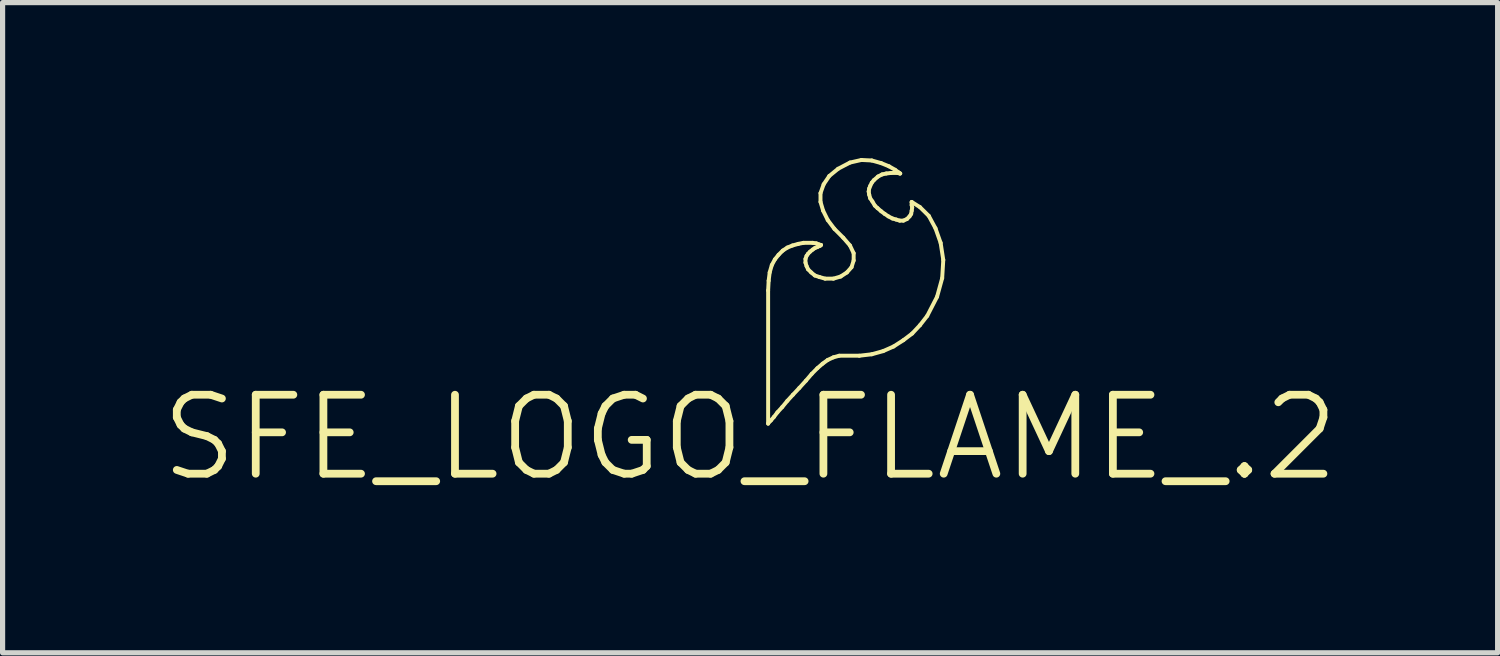
<source format=kicad_pcb>
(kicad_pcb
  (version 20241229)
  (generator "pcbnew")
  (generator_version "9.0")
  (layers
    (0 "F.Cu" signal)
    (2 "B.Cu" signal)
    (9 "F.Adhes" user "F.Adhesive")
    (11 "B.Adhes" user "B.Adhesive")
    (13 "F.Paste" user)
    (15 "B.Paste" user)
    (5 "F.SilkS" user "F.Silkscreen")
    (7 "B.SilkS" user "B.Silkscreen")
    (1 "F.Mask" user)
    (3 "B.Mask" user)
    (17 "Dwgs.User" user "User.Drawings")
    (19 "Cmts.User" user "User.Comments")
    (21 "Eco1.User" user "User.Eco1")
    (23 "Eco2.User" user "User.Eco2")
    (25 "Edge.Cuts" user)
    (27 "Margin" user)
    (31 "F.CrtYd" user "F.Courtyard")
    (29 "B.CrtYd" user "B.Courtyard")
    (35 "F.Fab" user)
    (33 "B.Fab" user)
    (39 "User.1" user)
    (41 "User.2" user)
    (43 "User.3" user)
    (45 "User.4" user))
  (footprint "SFE_LOGO_FLAME_.2"
    (layer "F.Cu")
    (at 11.43 5.397)
    (property "Reference" "SFE_LOGO_FLAME_.2" (at 0 0 0) (layer "F.SilkS") (effects (font (size 1.524 1.524) (thickness 0.15))))
    (attr exclude_from_pos_files exclude_from_bom)
    (fp_line (start 0.348 -2.84) (end 0.348 -0.269) (stroke (width 0.076) (type solid)) (layer "F.SilkS"))
    (fp_line (start 0.348 -0.269) (end 0.358 -0.29) (stroke (width 0.076) (type solid)) (layer "F.SilkS"))
    (fp_line (start 0.358 -3.028) (end 0.348 -2.84) (stroke (width 0.076) (type solid)) (layer "F.SilkS"))
    (fp_line (start 0.358 -0.29) (end 0.399 -0.328) (stroke (width 0.076) (type solid)) (layer "F.SilkS"))
    (fp_line (start 0.378 -3.188) (end 0.358 -3.028) (stroke (width 0.076) (type solid)) (layer "F.SilkS"))
    (fp_line (start 0.399 -0.328) (end 0.46 -0.399) (stroke (width 0.076) (type solid)) (layer "F.SilkS"))
    (fp_line (start 0.419 -3.33) (end 0.378 -3.188) (stroke (width 0.076) (type solid)) (layer "F.SilkS"))
    (fp_line (start 0.46 -0.399) (end 0.528 -0.488) (stroke (width 0.076) (type solid)) (layer "F.SilkS"))
    (fp_line (start 0.478 -3.439) (end 0.419 -3.33) (stroke (width 0.076) (type solid)) (layer "F.SilkS"))
    (fp_line (start 0.528 -0.488) (end 0.62 -0.589) (stroke (width 0.076) (type solid)) (layer "F.SilkS"))
    (fp_line (start 0.549 -3.528) (end 0.478 -3.439) (stroke (width 0.076) (type solid)) (layer "F.SilkS"))
    (fp_line (start 0.62 -0.589) (end 0.719 -0.709) (stroke (width 0.076) (type solid)) (layer "F.SilkS"))
    (fp_line (start 0.63 -3.609) (end 0.549 -3.528) (stroke (width 0.076) (type solid)) (layer "F.SilkS"))
    (fp_line (start 0.719 -3.668) (end 0.63 -3.609) (stroke (width 0.076) (type solid)) (layer "F.SilkS"))
    (fp_line (start 0.719 -0.709) (end 0.828 -0.828) (stroke (width 0.076) (type solid)) (layer "F.SilkS"))
    (fp_line (start 0.818 -3.708) (end 0.719 -3.668) (stroke (width 0.076) (type solid)) (layer "F.SilkS"))
    (fp_line (start 0.828 -0.828) (end 0.95 -0.958) (stroke (width 0.076) (type solid)) (layer "F.SilkS"))
    (fp_line (start 0.93 -3.739) (end 0.818 -3.708) (stroke (width 0.076) (type solid)) (layer "F.SilkS"))
    (fp_line (start 0.95 -0.958) (end 1.079 -1.1) (stroke (width 0.076) (type solid)) (layer "F.SilkS"))
    (fp_line (start 1.029 -3.759) (end 0.93 -3.739) (stroke (width 0.076) (type solid)) (layer "F.SilkS"))
    (fp_line (start 1.069 -3.449) (end 1.09 -3.508) (stroke (width 0.076) (type solid)) (layer "F.SilkS"))
    (fp_line (start 1.069 -3.378) (end 1.069 -3.449) (stroke (width 0.076) (type solid)) (layer "F.SilkS"))
    (fp_line (start 1.079 -1.1) (end 1.189 -1.229) (stroke (width 0.076) (type solid)) (layer "F.SilkS"))
    (fp_line (start 1.09 -3.508) (end 1.118 -3.548) (stroke (width 0.076) (type solid)) (layer "F.SilkS"))
    (fp_line (start 1.09 -3.31) (end 1.069 -3.378) (stroke (width 0.076) (type solid)) (layer "F.SilkS"))
    (fp_line (start 1.118 -3.548) (end 1.158 -3.589) (stroke (width 0.076) (type solid)) (layer "F.SilkS"))
    (fp_line (start 1.118 -3.249) (end 1.09 -3.31) (stroke (width 0.076) (type solid)) (layer "F.SilkS"))
    (fp_line (start 1.158 -3.589) (end 1.209 -3.63) (stroke (width 0.076) (type solid)) (layer "F.SilkS"))
    (fp_line (start 1.179 -3.188) (end 1.118 -3.249) (stroke (width 0.076) (type solid)) (layer "F.SilkS"))
    (fp_line (start 1.189 -1.229) (end 1.298 -1.339) (stroke (width 0.076) (type solid)) (layer "F.SilkS"))
    (fp_line (start 1.209 -3.759) (end 1.029 -3.759) (stroke (width 0.076) (type solid)) (layer "F.SilkS"))
    (fp_line (start 1.209 -3.63) (end 1.25 -3.658) (stroke (width 0.076) (type solid)) (layer "F.SilkS"))
    (fp_line (start 1.25 -3.658) (end 1.298 -3.678) (stroke (width 0.076) (type solid)) (layer "F.SilkS"))
    (fp_line (start 1.25 -3.129) (end 1.179 -3.188) (stroke (width 0.076) (type solid)) (layer "F.SilkS"))
    (fp_line (start 1.278 -3.749) (end 1.209 -3.759) (stroke (width 0.076) (type solid)) (layer "F.SilkS"))
    (fp_line (start 1.298 -3.678) (end 1.339 -3.698) (stroke (width 0.076) (type solid)) (layer "F.SilkS"))
    (fp_line (start 1.298 -1.339) (end 1.4 -1.427) (stroke (width 0.076) (type solid)) (layer "F.SilkS"))
    (fp_line (start 1.328 -3.729) (end 1.278 -3.749) (stroke (width 0.076) (type solid)) (layer "F.SilkS"))
    (fp_line (start 1.339 -3.698) (end 1.359 -3.708) (stroke (width 0.076) (type solid)) (layer "F.SilkS"))
    (fp_line (start 1.339 -3.099) (end 1.25 -3.129) (stroke (width 0.076) (type solid)) (layer "F.SilkS"))
    (fp_line (start 1.359 -4.719) (end 1.359 -4.549) (stroke (width 0.076) (type solid)) (layer "F.SilkS"))
    (fp_line (start 1.359 -4.549) (end 1.41 -4.379) (stroke (width 0.076) (type solid)) (layer "F.SilkS"))
    (fp_line (start 1.359 -3.719) (end 1.328 -3.729) (stroke (width 0.076) (type solid)) (layer "F.SilkS"))
    (fp_line (start 1.359 -3.708) (end 1.369 -3.719) (stroke (width 0.076) (type solid)) (layer "F.SilkS"))
    (fp_line (start 1.369 -3.719) (end 1.359 -3.719) (stroke (width 0.076) (type solid)) (layer "F.SilkS"))
    (fp_line (start 1.4 -1.427) (end 1.499 -1.499) (stroke (width 0.076) (type solid)) (layer "F.SilkS"))
    (fp_line (start 1.41 -4.379) (end 1.499 -4.199) (stroke (width 0.076) (type solid)) (layer "F.SilkS"))
    (fp_line (start 1.42 -4.889) (end 1.359 -4.719) (stroke (width 0.076) (type solid)) (layer "F.SilkS"))
    (fp_line (start 1.448 -3.068) (end 1.339 -3.099) (stroke (width 0.076) (type solid)) (layer "F.SilkS"))
    (fp_line (start 1.499 -4.199) (end 1.628 -4.028) (stroke (width 0.076) (type solid)) (layer "F.SilkS"))
    (fp_line (start 1.499 -1.499) (end 1.608 -1.549) (stroke (width 0.076) (type solid)) (layer "F.SilkS"))
    (fp_line (start 1.529 -5.05) (end 1.42 -4.889) (stroke (width 0.076) (type solid)) (layer "F.SilkS"))
    (fp_line (start 1.608 -3.068) (end 1.448 -3.068) (stroke (width 0.076) (type solid)) (layer "F.SilkS"))
    (fp_line (start 1.608 -1.549) (end 1.72 -1.58) (stroke (width 0.076) (type solid)) (layer "F.SilkS"))
    (fp_line (start 1.628 -4.028) (end 1.798 -3.858) (stroke (width 0.076) (type solid)) (layer "F.SilkS"))
    (fp_line (start 1.699 -5.189) (end 1.529 -5.05) (stroke (width 0.076) (type solid)) (layer "F.SilkS"))
    (fp_line (start 1.72 -1.58) (end 2.108 -1.58) (stroke (width 0.076) (type solid)) (layer "F.SilkS"))
    (fp_line (start 1.748 -3.109) (end 1.608 -3.068) (stroke (width 0.076) (type solid)) (layer "F.SilkS"))
    (fp_line (start 1.798 -3.858) (end 1.928 -3.708) (stroke (width 0.076) (type solid)) (layer "F.SilkS"))
    (fp_line (start 1.869 -3.188) (end 1.748 -3.109) (stroke (width 0.076) (type solid)) (layer "F.SilkS"))
    (fp_line (start 1.928 -5.309) (end 1.699 -5.189) (stroke (width 0.076) (type solid)) (layer "F.SilkS"))
    (fp_line (start 1.928 -3.708) (end 1.999 -3.559) (stroke (width 0.076) (type solid)) (layer "F.SilkS"))
    (fp_line (start 1.958 -3.289) (end 1.869 -3.188) (stroke (width 0.076) (type solid)) (layer "F.SilkS"))
    (fp_line (start 1.999 -3.559) (end 1.999 -3.419) (stroke (width 0.076) (type solid)) (layer "F.SilkS"))
    (fp_line (start 1.999 -3.419) (end 1.958 -3.289) (stroke (width 0.076) (type solid)) (layer "F.SilkS"))
    (fp_line (start 2.108 -1.58) (end 2.349 -1.608) (stroke (width 0.076) (type solid)) (layer "F.SilkS"))
    (fp_line (start 2.149 -5.359) (end 1.928 -5.309) (stroke (width 0.076) (type solid)) (layer "F.SilkS"))
    (fp_line (start 2.289 -4.75) (end 2.299 -4.808) (stroke (width 0.076) (type solid)) (layer "F.SilkS"))
    (fp_line (start 2.299 -4.808) (end 2.319 -4.859) (stroke (width 0.076) (type solid)) (layer "F.SilkS"))
    (fp_line (start 2.299 -4.689) (end 2.289 -4.75) (stroke (width 0.076) (type solid)) (layer "F.SilkS"))
    (fp_line (start 2.319 -4.859) (end 2.349 -4.92) (stroke (width 0.076) (type solid)) (layer "F.SilkS"))
    (fp_line (start 2.319 -4.618) (end 2.299 -4.689) (stroke (width 0.076) (type solid)) (layer "F.SilkS"))
    (fp_line (start 2.349 -5.349) (end 2.149 -5.359) (stroke (width 0.076) (type solid)) (layer "F.SilkS"))
    (fp_line (start 2.349 -4.92) (end 2.388 -4.968) (stroke (width 0.076) (type solid)) (layer "F.SilkS"))
    (fp_line (start 2.349 -1.608) (end 2.568 -1.669) (stroke (width 0.076) (type solid)) (layer "F.SilkS"))
    (fp_line (start 2.36 -4.559) (end 2.319 -4.618) (stroke (width 0.076) (type solid)) (layer "F.SilkS"))
    (fp_line (start 2.388 -4.968) (end 2.469 -5.039) (stroke (width 0.076) (type solid)) (layer "F.SilkS"))
    (fp_line (start 2.408 -4.478) (end 2.36 -4.559) (stroke (width 0.076) (type solid)) (layer "F.SilkS"))
    (fp_line (start 2.459 -4.43) (end 2.408 -4.478) (stroke (width 0.076) (type solid)) (layer "F.SilkS"))
    (fp_line (start 2.469 -5.039) (end 2.548 -5.08) (stroke (width 0.076) (type solid)) (layer "F.SilkS"))
    (fp_line (start 2.53 -5.298) (end 2.349 -5.349) (stroke (width 0.076) (type solid)) (layer "F.SilkS"))
    (fp_line (start 2.53 -4.369) (end 2.459 -4.43) (stroke (width 0.076) (type solid)) (layer "F.SilkS"))
    (fp_line (start 2.548 -5.08) (end 2.629 -5.098) (stroke (width 0.076) (type solid)) (layer "F.SilkS"))
    (fp_line (start 2.568 -1.669) (end 2.769 -1.758) (stroke (width 0.076) (type solid)) (layer "F.SilkS"))
    (fp_line (start 2.598 -4.318) (end 2.53 -4.369) (stroke (width 0.076) (type solid)) (layer "F.SilkS"))
    (fp_line (start 2.629 -5.098) (end 2.718 -5.108) (stroke (width 0.076) (type solid)) (layer "F.SilkS"))
    (fp_line (start 2.67 -4.27) (end 2.598 -4.318) (stroke (width 0.076) (type solid)) (layer "F.SilkS"))
    (fp_line (start 2.68 -5.237) (end 2.53 -5.298) (stroke (width 0.076) (type solid)) (layer "F.SilkS"))
    (fp_line (start 2.718 -5.108) (end 2.85 -5.108) (stroke (width 0.076) (type solid)) (layer "F.SilkS"))
    (fp_line (start 2.748 -4.229) (end 2.67 -4.27) (stroke (width 0.076) (type solid)) (layer "F.SilkS"))
    (fp_line (start 2.769 -1.758) (end 2.959 -1.88) (stroke (width 0.076) (type solid)) (layer "F.SilkS"))
    (fp_line (start 2.799 -5.169) (end 2.68 -5.237) (stroke (width 0.076) (type solid)) (layer "F.SilkS"))
    (fp_line (start 2.819 -4.209) (end 2.748 -4.229) (stroke (width 0.076) (type solid)) (layer "F.SilkS"))
    (fp_line (start 2.85 -5.108) (end 2.888 -5.098) (stroke (width 0.076) (type solid)) (layer "F.SilkS"))
    (fp_line (start 2.868 -5.118) (end 2.799 -5.169) (stroke (width 0.076) (type solid)) (layer "F.SilkS"))
    (fp_line (start 2.888 -5.098) (end 2.898 -5.098) (stroke (width 0.076) (type solid)) (layer "F.SilkS"))
    (fp_line (start 2.888 -4.188) (end 2.819 -4.209) (stroke (width 0.076) (type solid)) (layer "F.SilkS"))
    (fp_line (start 2.898 -5.098) (end 2.868 -5.118) (stroke (width 0.076) (type solid)) (layer "F.SilkS"))
    (fp_line (start 2.959 -4.188) (end 2.888 -4.188) (stroke (width 0.076) (type solid)) (layer "F.SilkS"))
    (fp_line (start 2.959 -1.88) (end 3.129 -2.009) (stroke (width 0.076) (type solid)) (layer "F.SilkS"))
    (fp_line (start 3.028 -4.219) (end 2.959 -4.188) (stroke (width 0.076) (type solid)) (layer "F.SilkS"))
    (fp_line (start 3.078 -4.27) (end 3.028 -4.219) (stroke (width 0.076) (type solid)) (layer "F.SilkS"))
    (fp_line (start 3.109 -4.318) (end 3.078 -4.27) (stroke (width 0.076) (type solid)) (layer "F.SilkS"))
    (fp_line (start 3.119 -4.549) (end 3.119 -4.539) (stroke (width 0.076) (type solid)) (layer "F.SilkS"))
    (fp_line (start 3.119 -4.539) (end 3.119 -4.488) (stroke (width 0.076) (type solid)) (layer "F.SilkS"))
    (fp_line (start 3.119 -4.488) (end 3.129 -4.44) (stroke (width 0.076) (type solid)) (layer "F.SilkS"))
    (fp_line (start 3.119 -4.379) (end 3.109 -4.318) (stroke (width 0.076) (type solid)) (layer "F.SilkS"))
    (fp_line (start 3.129 -4.44) (end 3.119 -4.379) (stroke (width 0.076) (type solid)) (layer "F.SilkS"))
    (fp_line (start 3.129 -2.009) (end 3.279 -2.169) (stroke (width 0.076) (type solid)) (layer "F.SilkS"))
    (fp_line (start 3.279 -4.448) (end 3.119 -4.549) (stroke (width 0.076) (type solid)) (layer "F.SilkS"))
    (fp_line (start 3.279 -2.169) (end 3.419 -2.349) (stroke (width 0.076) (type solid)) (layer "F.SilkS"))
    (fp_line (start 3.419 -2.349) (end 3.609 -2.718) (stroke (width 0.076) (type solid)) (layer "F.SilkS"))
    (fp_line (start 3.449 -4.28) (end 3.279 -4.448) (stroke (width 0.076) (type solid)) (layer "F.SilkS"))
    (fp_line (start 3.579 -4.039) (end 3.449 -4.28) (stroke (width 0.076) (type solid)) (layer "F.SilkS"))
    (fp_line (start 3.609 -2.718) (end 3.708 -3.078) (stroke (width 0.076) (type solid)) (layer "F.SilkS"))
    (fp_line (start 3.678 -3.759) (end 3.579 -4.039) (stroke (width 0.076) (type solid)) (layer "F.SilkS"))
    (fp_line (start 3.708 -3.078) (end 3.729 -3.429) (stroke (width 0.076) (type solid)) (layer "F.SilkS"))
    (fp_line (start 3.729 -3.429) (end 3.678 -3.759) (stroke (width 0.076) (type solid)) (layer "F.SilkS")))
  (gr_rect
    (start -3 -3)
    (end 25.86 9.552)
    (stroke (width 0.1) (type default))
    (fill no)
    (layer "Edge.Cuts")))
</source>
